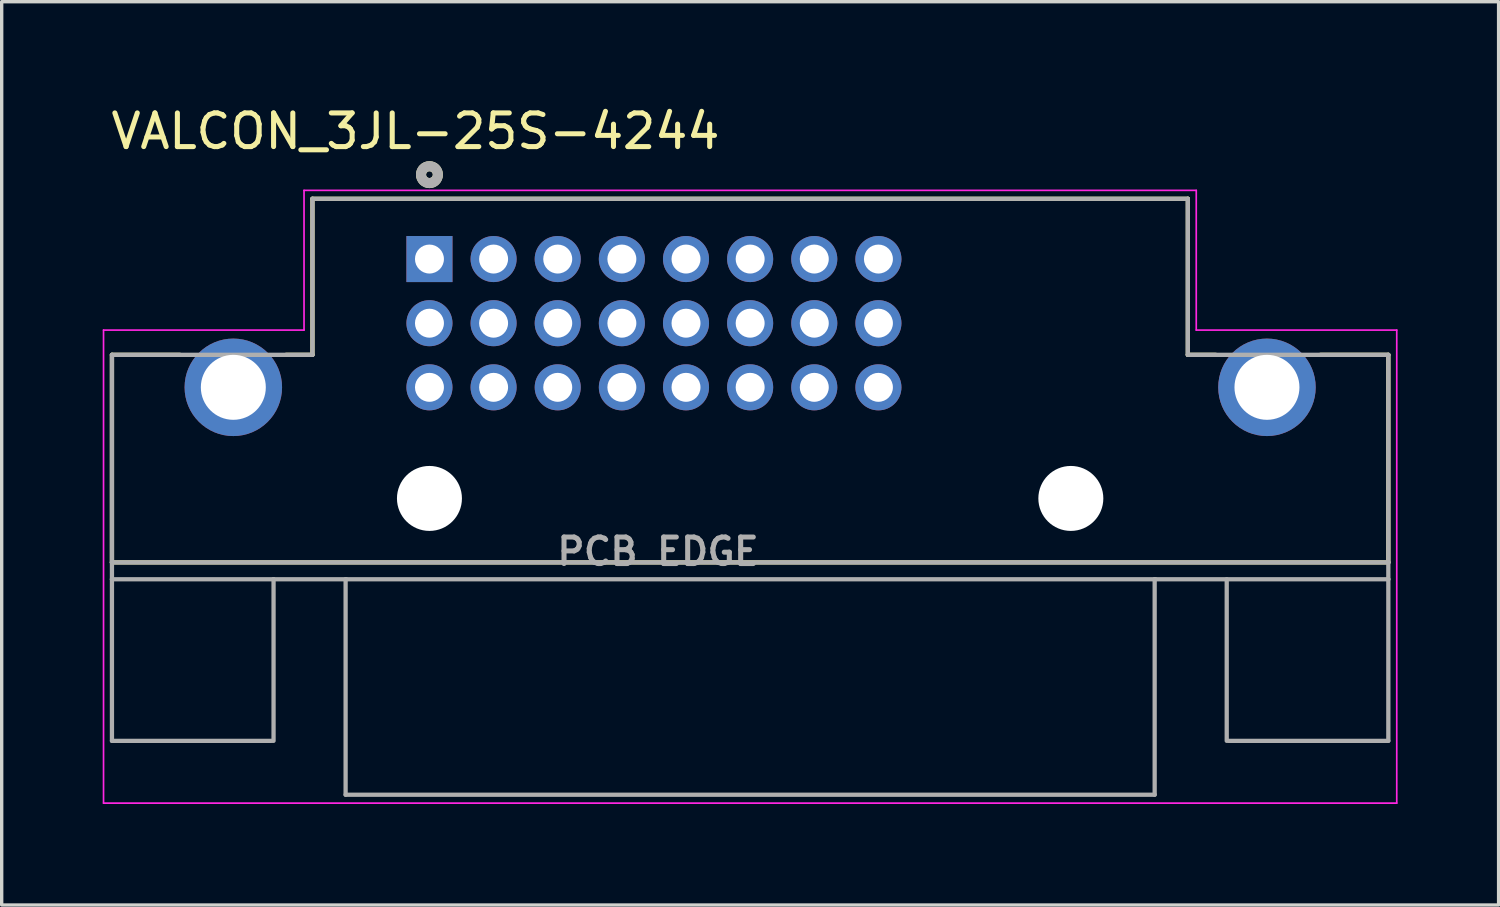
<source format=kicad_pcb>
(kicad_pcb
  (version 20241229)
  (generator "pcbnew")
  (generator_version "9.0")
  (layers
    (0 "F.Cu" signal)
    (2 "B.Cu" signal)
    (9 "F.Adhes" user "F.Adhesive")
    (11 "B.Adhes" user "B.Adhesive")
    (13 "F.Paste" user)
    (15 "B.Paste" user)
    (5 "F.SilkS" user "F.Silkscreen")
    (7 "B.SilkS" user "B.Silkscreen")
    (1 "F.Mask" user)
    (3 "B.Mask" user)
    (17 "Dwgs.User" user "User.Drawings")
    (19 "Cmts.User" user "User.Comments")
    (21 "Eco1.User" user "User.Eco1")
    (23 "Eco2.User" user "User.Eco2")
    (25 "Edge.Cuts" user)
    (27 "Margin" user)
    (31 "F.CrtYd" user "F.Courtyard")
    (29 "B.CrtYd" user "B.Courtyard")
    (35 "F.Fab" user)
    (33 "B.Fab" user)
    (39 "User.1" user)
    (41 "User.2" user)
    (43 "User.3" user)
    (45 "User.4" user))
  (footprint "VALCON_3JL-25S-4244"
    (layer "F.Cu")
    (at 19.23 11.704)
    (property "Reference" "VALCON_3JL-25S-4244" (at -9.94 -10.855 0) (layer "F.SilkS") (effects (font (size 1 1) (thickness 0.15))))
    (attr through_hole)
    (fp_line (start -18.955 -4.215) (end -18.955 1.95) (stroke (width 0.127) (type solid)) (layer "F.SilkS"))
    (fp_line (start -18.955 -4.215) (end -16.935 -4.215) (stroke (width 0.127) (type solid)) (layer "F.SilkS"))
    (fp_line (start -18.955 1.95) (end 18.955 1.95) (stroke (width 0.127) (type solid)) (layer "F.SilkS"))
    (fp_line (start -13 -8.85) (end -13 -4.215) (stroke (width 0.127) (type solid)) (layer "F.SilkS"))
    (fp_line (start -13 -4.215) (end -13.785 -4.215) (stroke (width 0.127) (type solid)) (layer "F.SilkS"))
    (fp_line (start 13 -8.85) (end -13 -8.85) (stroke (width 0.127) (type solid)) (layer "F.SilkS"))
    (fp_line (start 13 -8.85) (end 13 -4.215) (stroke (width 0.127) (type solid)) (layer "F.SilkS"))
    (fp_line (start 13 -4.215) (end 13.83 -4.215) (stroke (width 0.127) (type solid)) (layer "F.SilkS"))
    (fp_line (start 16.937 -4.215) (end 18.955 -4.215) (stroke (width 0.127) (type solid)) (layer "F.SilkS"))
    (fp_line (start 18.955 1.95) (end 18.955 -4.215) (stroke (width 0.127) (type solid)) (layer "F.SilkS"))
    (fp_circle (center -9.525 -9.567) (end -9.425 -9.567) (stroke (width 0.3) (type solid)) (fill no) (layer "F.SilkS"))
    (fp_line (start -19.205 -4.95) (end -13.25 -4.95) (stroke (width 0.05) (type solid)) (layer "F.CrtYd"))
    (fp_line (start -19.205 9.1) (end -19.205 -4.95) (stroke (width 0.05) (type solid)) (layer "F.CrtYd"))
    (fp_line (start -13.25 -9.1) (end 13.25 -9.1) (stroke (width 0.05) (type solid)) (layer "F.CrtYd"))
    (fp_line (start -13.25 -4.95) (end -13.25 -9.1) (stroke (width 0.05) (type solid)) (layer "F.CrtYd"))
    (fp_line (start 13.25 -9.1) (end 13.25 -4.95) (stroke (width 0.05) (type solid)) (layer "F.CrtYd"))
    (fp_line (start 13.25 -4.95) (end 19.205 -4.95) (stroke (width 0.05) (type solid)) (layer "F.CrtYd"))
    (fp_line (start 19.205 -4.95) (end 19.205 9.1) (stroke (width 0.05) (type solid)) (layer "F.CrtYd"))
    (fp_line (start 19.205 9.1) (end -19.205 9.1) (stroke (width 0.05) (type solid)) (layer "F.CrtYd"))
    (fp_line (start -18.955 -4.215) (end -18.955 1.95) (stroke (width 0.127) (type solid)) (layer "F.Fab"))
    (fp_line (start -18.955 -4.215) (end -13 -4.215) (stroke (width 0.127) (type solid)) (layer "F.Fab"))
    (fp_line (start -18.955 1.95) (end -18.955 2.45) (stroke (width 0.127) (type solid)) (layer "F.Fab"))
    (fp_line (start -18.955 1.95) (end 18.955 1.95) (stroke (width 0.127) (type solid)) (layer "F.Fab"))
    (fp_line (start -18.955 2.45) (end -18.955 7.25) (stroke (width 0.127) (type solid)) (layer "F.Fab"))
    (fp_line (start -18.955 7.25) (end -14.205 7.25) (stroke (width 0.127) (type solid)) (layer "F.Fab"))
    (fp_line (start -14.155 2.45) (end -18.955 2.45) (stroke (width 0.127) (type solid)) (layer "F.Fab"))
    (fp_line (start -14.155 7.25) (end -14.155 2.45) (stroke (width 0.127) (type solid)) (layer "F.Fab"))
    (fp_line (start -13 -8.85) (end -13 -4.215) (stroke (width 0.127) (type solid)) (layer "F.Fab"))
    (fp_line (start -12.015 2.453) (end -11.992 2.453) (stroke (width 0.127) (type solid)) (layer "F.Fab"))
    (fp_line (start -12.015 8.85) (end -12.015 2.453) (stroke (width 0.127) (type solid)) (layer "F.Fab"))
    (fp_line (start 12.015 2.451) (end 12.039 2.451) (stroke (width 0.127) (type solid)) (layer "F.Fab"))
    (fp_line (start 12.015 8.85) (end -12.015 8.85) (stroke (width 0.127) (type solid)) (layer "F.Fab"))
    (fp_line (start 12.015 8.85) (end 12.015 2.451) (stroke (width 0.127) (type solid)) (layer "F.Fab"))
    (fp_line (start 13 -8.85) (end -13 -8.85) (stroke (width 0.127) (type solid)) (layer "F.Fab"))
    (fp_line (start 13 -8.85) (end 13 -4.215) (stroke (width 0.127) (type solid)) (layer "F.Fab"))
    (fp_line (start 13 -4.215) (end 18.955 -4.215) (stroke (width 0.127) (type solid)) (layer "F.Fab"))
    (fp_line (start 14.155 7.25) (end 14.155 2.45) (stroke (width 0.127) (type solid)) (layer "F.Fab"))
    (fp_line (start 18.955 1.95) (end 18.955 -4.215) (stroke (width 0.127) (type solid)) (layer "F.Fab"))
    (fp_line (start 18.955 1.95) (end 18.955 2.45) (stroke (width 0.127) (type solid)) (layer "F.Fab"))
    (fp_line (start 18.955 2.45) (end -14.155 2.45) (stroke (width 0.127) (type solid)) (layer "F.Fab"))
    (fp_line (start 18.955 2.45) (end 18.955 7.25) (stroke (width 0.127) (type solid)) (layer "F.Fab"))
    (fp_line (start 18.955 7.25) (end 14.205 7.25) (stroke (width 0.127) (type solid)) (layer "F.Fab"))
    (fp_circle (center -9.525 -9.567) (end -9.425 -9.567) (stroke (width 0.3) (type solid)) (fill no) (layer "F.Fab"))
    (fp_text user "PCB EDGE" (at -2.736 1.627 0) (layer "F.Fab") (effects (font (size 0.787 0.787) (thickness 0.15))))
    (pad "" np_thru_hole circle (at -9.525 0.05) (size 1.93 1.93) (drill 1.93) (layers "*.Cu" "*.Mask"))
    (pad "" np_thru_hole circle (at 9.525 0.05) (size 1.93 1.93) (drill 1.93) (layers "*.Cu" "*.Mask"))
    (pad "1" thru_hole rect (at -9.525 -7.06) (size 1.368 1.368) (drill 0.86) (layers "*.Cu" "*.Mask"))
    (pad "2" thru_hole circle (at -7.62 -7.06) (size 1.368 1.368) (drill 0.86) (layers "*.Cu" "*.Mask"))
    (pad "3" thru_hole circle (at -5.715 -7.06) (size 1.368 1.368) (drill 0.86) (layers "*.Cu" "*.Mask"))
    (pad "4" thru_hole circle (at -3.81 -7.06) (size 1.368 1.368) (drill 0.86) (layers "*.Cu" "*.Mask"))
    (pad "5" thru_hole circle (at -1.905 -7.06) (size 1.368 1.368) (drill 0.86) (layers "*.Cu" "*.Mask"))
    (pad "6" thru_hole circle (at 0 -7.06) (size 1.368 1.368) (drill 0.86) (layers "*.Cu" "*.Mask"))
    (pad "7" thru_hole circle (at 1.905 -7.06) (size 1.368 1.368) (drill 0.86) (layers "*.Cu" "*.Mask"))
    (pad "8" thru_hole circle (at 3.81 -7.06) (size 1.368 1.368) (drill 0.86) (layers "*.Cu" "*.Mask"))
    (pad "9" thru_hole circle (at -9.525 -5.155) (size 1.368 1.368) (drill 0.86) (layers "*.Cu" "*.Mask"))
    (pad "10" thru_hole circle (at -7.62 -5.155) (size 1.368 1.368) (drill 0.86) (layers "*.Cu" "*.Mask"))
    (pad "11" thru_hole circle (at -5.715 -5.155) (size 1.368 1.368) (drill 0.86) (layers "*.Cu" "*.Mask"))
    (pad "12" thru_hole circle (at -3.81 -5.155) (size 1.368 1.368) (drill 0.86) (layers "*.Cu" "*.Mask"))
    (pad "13" thru_hole circle (at -1.905 -5.155) (size 1.368 1.368) (drill 0.86) (layers "*.Cu" "*.Mask"))
    (pad "14" thru_hole circle (at 0 -5.155) (size 1.368 1.368) (drill 0.86) (layers "*.Cu" "*.Mask"))
    (pad "15" thru_hole circle (at 1.905 -5.155) (size 1.368 1.368) (drill 0.86) (layers "*.Cu" "*.Mask"))
    (pad "16" thru_hole circle (at 3.81 -5.155) (size 1.368 1.368) (drill 0.86) (layers "*.Cu" "*.Mask"))
    (pad "17" thru_hole circle (at -9.525 -3.25) (size 1.368 1.368) (drill 0.86) (layers "*.Cu" "*.Mask"))
    (pad "18" thru_hole circle (at -7.62 -3.25) (size 1.368 1.368) (drill 0.86) (layers "*.Cu" "*.Mask"))
    (pad "19" thru_hole circle (at -5.715 -3.25) (size 1.368 1.368) (drill 0.86) (layers "*.Cu" "*.Mask"))
    (pad "20" thru_hole circle (at -3.81 -3.25) (size 1.368 1.368) (drill 0.86) (layers "*.Cu" "*.Mask"))
    (pad "21" thru_hole circle (at -1.905 -3.25) (size 1.368 1.368) (drill 0.86) (layers "*.Cu" "*.Mask"))
    (pad "22" thru_hole circle (at 0 -3.25) (size 1.368 1.368) (drill 0.86) (layers "*.Cu" "*.Mask"))
    (pad "23" thru_hole circle (at 1.905 -3.25) (size 1.368 1.368) (drill 0.86) (layers "*.Cu" "*.Mask"))
    (pad "24" thru_hole circle (at 3.81 -3.25) (size 1.368 1.368) (drill 0.86) (layers "*.Cu" "*.Mask"))
    (pad "S1" thru_hole circle (at -15.35 -3.25) (size 2.895 2.895) (drill 1.93) (layers "*.Cu" "*.Mask"))
    (pad "S2" thru_hole circle (at 15.35 -3.25) (size 2.895 2.895) (drill 1.93) (layers "*.Cu" "*.Mask")))
  (gr_rect
    (start -3 -3)
    (end 41.46 23.829)
    (stroke (width 0.1) (type default))
    (fill no)
    (layer "Edge.Cuts")))
</source>
